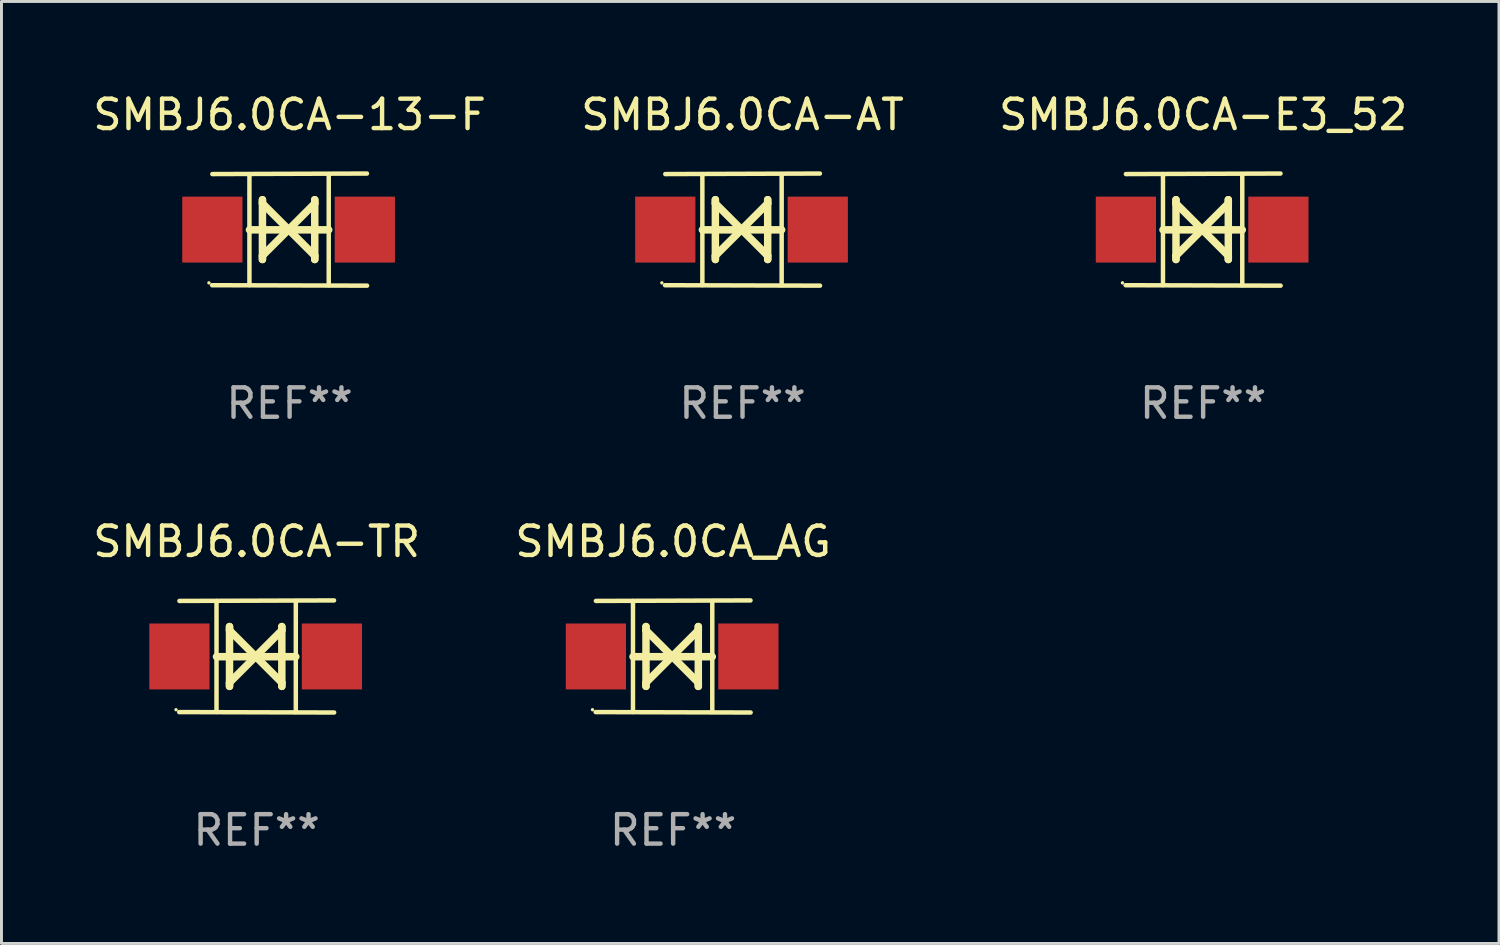
<source format=kicad_pcb>
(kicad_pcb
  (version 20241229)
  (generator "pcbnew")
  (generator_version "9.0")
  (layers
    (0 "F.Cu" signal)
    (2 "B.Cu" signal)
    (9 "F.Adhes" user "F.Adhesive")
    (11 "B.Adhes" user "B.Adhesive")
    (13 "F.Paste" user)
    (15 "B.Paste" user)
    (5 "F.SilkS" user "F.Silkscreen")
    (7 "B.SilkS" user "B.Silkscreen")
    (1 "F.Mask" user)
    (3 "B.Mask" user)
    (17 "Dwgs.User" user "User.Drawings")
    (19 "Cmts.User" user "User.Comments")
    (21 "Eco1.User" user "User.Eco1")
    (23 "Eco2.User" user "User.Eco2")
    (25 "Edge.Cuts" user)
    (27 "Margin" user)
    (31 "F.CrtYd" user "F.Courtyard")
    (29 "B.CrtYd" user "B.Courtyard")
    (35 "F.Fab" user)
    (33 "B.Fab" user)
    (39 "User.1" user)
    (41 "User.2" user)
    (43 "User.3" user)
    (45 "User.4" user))
  (footprint "SMBJ6.0CA_AG"
    (layer "F.Cu")
    (at 19.827 19.26)
    (property "Reference" "SMBJ6.0CA_AG" (at 0 -3.905 0) (layer "F.SilkS") (effects (font (size 1 1) (thickness 0.15))))
    (attr through_hole)
    (fp_line (start -1.365 1.886) (end -1.365 -1.886) (stroke (width 0.152) (type solid)) (layer "F.SilkS"))
    (fp_line (start -1.365 0.008) (end 1.33 0.008) (stroke (width 0.254) (type solid)) (layer "F.SilkS"))
    (fp_line (start -0.923 -1.016) (end -0.923 1.016) (stroke (width 0.254) (type solid)) (layer "F.SilkS"))
    (fp_line (start -0.923 -0.889) (end -0.923 -1.016) (stroke (width 0.254) (type solid)) (layer "F.SilkS"))
    (fp_line (start -0.923 0.889) (end -0.034 0) (stroke (width 0.254) (type solid)) (layer "F.SilkS"))
    (fp_line (start -0.923 1.016) (end -0.923 0.889) (stroke (width 0.254) (type solid)) (layer "F.SilkS"))
    (fp_line (start -0.034 0) (end -0.923 -0.889) (stroke (width 0.254) (type solid)) (layer "F.SilkS"))
    (fp_line (start -0.034 0) (end 0.855 0.889) (stroke (width 0.254) (type solid)) (layer "F.SilkS"))
    (fp_line (start 0.855 -1.016) (end 0.855 -0.889) (stroke (width 0.254) (type solid)) (layer "F.SilkS"))
    (fp_line (start 0.855 -0.889) (end -0.034 0) (stroke (width 0.254) (type solid)) (layer "F.SilkS"))
    (fp_line (start 0.855 0.889) (end 0.855 1.016) (stroke (width 0.254) (type solid)) (layer "F.SilkS"))
    (fp_line (start 0.855 1.016) (end 0.855 -1.016) (stroke (width 0.254) (type solid)) (layer "F.SilkS"))
    (fp_line (start 1.33 1.886) (end 1.33 -1.886) (stroke (width 0.152) (type solid)) (layer "F.SilkS"))
    (fp_line (start 2.629 -1.905) (end -2.625 -1.887) (stroke (width 0.152) (type solid)) (layer "F.SilkS"))
    (fp_line (start 2.633 1.905) (end -2.633 1.89) (stroke (width 0.152) (type solid)) (layer "F.SilkS"))
    (fp_circle (center -2.741 1.81) (end -2.711 1.81) (stroke (width 0.06) (type solid)) (fill no) (layer "F.SilkS"))
    (fp_text user "REF**" (at 0 5.905 0) (layer "F.Fab") (effects (font (size 1 1) (thickness 0.15))))
    (pad "1" smd rect (at -2.625 0) (size 2.047 2.241) (layers "F.Cu" "F.Mask" "F.Paste"))
    (pad "2" smd rect (at 2.557 0) (size 2.047 2.241) (layers "F.Cu" "F.Mask" "F.Paste")))
  (footprint "SMBJ6.0CA-13-F"
    (layer "F.Cu")
    (at 6.792 4.753)
    (property "Reference" "SMBJ6.0CA-13-F" (at 0 -3.905 0) (layer "F.SilkS") (effects (font (size 1 1) (thickness 0.15))))
    (attr through_hole)
    (fp_line (start -1.365 1.886) (end -1.365 -1.886) (stroke (width 0.152) (type solid)) (layer "F.SilkS"))
    (fp_line (start -1.365 0.008) (end 1.33 0.008) (stroke (width 0.254) (type solid)) (layer "F.SilkS"))
    (fp_line (start -0.923 -1.016) (end -0.923 1.016) (stroke (width 0.254) (type solid)) (layer "F.SilkS"))
    (fp_line (start -0.923 -0.889) (end -0.923 -1.016) (stroke (width 0.254) (type solid)) (layer "F.SilkS"))
    (fp_line (start -0.923 0.889) (end -0.034 0) (stroke (width 0.254) (type solid)) (layer "F.SilkS"))
    (fp_line (start -0.923 1.016) (end -0.923 0.889) (stroke (width 0.254) (type solid)) (layer "F.SilkS"))
    (fp_line (start -0.034 0) (end -0.923 -0.889) (stroke (width 0.254) (type solid)) (layer "F.SilkS"))
    (fp_line (start -0.034 0) (end 0.855 0.889) (stroke (width 0.254) (type solid)) (layer "F.SilkS"))
    (fp_line (start 0.855 -1.016) (end 0.855 -0.889) (stroke (width 0.254) (type solid)) (layer "F.SilkS"))
    (fp_line (start 0.855 -0.889) (end -0.034 0) (stroke (width 0.254) (type solid)) (layer "F.SilkS"))
    (fp_line (start 0.855 0.889) (end 0.855 1.016) (stroke (width 0.254) (type solid)) (layer "F.SilkS"))
    (fp_line (start 0.855 1.016) (end 0.855 -1.016) (stroke (width 0.254) (type solid)) (layer "F.SilkS"))
    (fp_line (start 1.33 1.886) (end 1.33 -1.886) (stroke (width 0.152) (type solid)) (layer "F.SilkS"))
    (fp_line (start 2.629 -1.905) (end -2.625 -1.887) (stroke (width 0.152) (type solid)) (layer "F.SilkS"))
    (fp_line (start 2.633 1.905) (end -2.633 1.89) (stroke (width 0.152) (type solid)) (layer "F.SilkS"))
    (fp_circle (center -2.741 1.81) (end -2.711 1.81) (stroke (width 0.06) (type solid)) (fill no) (layer "F.SilkS"))
    (fp_text user "REF**" (at 0 5.905 0) (layer "F.Fab") (effects (font (size 1 1) (thickness 0.15))))
    (pad "1" smd rect (at -2.625 0) (size 2.047 2.241) (layers "F.Cu" "F.Mask" "F.Paste"))
    (pad "2" smd rect (at 2.557 0) (size 2.047 2.241) (layers "F.Cu" "F.Mask" "F.Paste")))
  (footprint "SMBJ6.0CA-AT"
    (layer "F.Cu")
    (at 22.185 4.753)
    (property "Reference" "SMBJ6.0CA-AT" (at 0 -3.905 0) (layer "F.SilkS") (effects (font (size 1 1) (thickness 0.15))))
    (attr through_hole)
    (fp_line (start -1.365 1.886) (end -1.365 -1.886) (stroke (width 0.152) (type solid)) (layer "F.SilkS"))
    (fp_line (start -1.365 0.008) (end 1.33 0.008) (stroke (width 0.254) (type solid)) (layer "F.SilkS"))
    (fp_line (start -0.923 -1.016) (end -0.923 1.016) (stroke (width 0.254) (type solid)) (layer "F.SilkS"))
    (fp_line (start -0.923 -0.889) (end -0.923 -1.016) (stroke (width 0.254) (type solid)) (layer "F.SilkS"))
    (fp_line (start -0.923 0.889) (end -0.034 0) (stroke (width 0.254) (type solid)) (layer "F.SilkS"))
    (fp_line (start -0.923 1.016) (end -0.923 0.889) (stroke (width 0.254) (type solid)) (layer "F.SilkS"))
    (fp_line (start -0.034 0) (end -0.923 -0.889) (stroke (width 0.254) (type solid)) (layer "F.SilkS"))
    (fp_line (start -0.034 0) (end 0.855 0.889) (stroke (width 0.254) (type solid)) (layer "F.SilkS"))
    (fp_line (start 0.855 -1.016) (end 0.855 -0.889) (stroke (width 0.254) (type solid)) (layer "F.SilkS"))
    (fp_line (start 0.855 -0.889) (end -0.034 0) (stroke (width 0.254) (type solid)) (layer "F.SilkS"))
    (fp_line (start 0.855 0.889) (end 0.855 1.016) (stroke (width 0.254) (type solid)) (layer "F.SilkS"))
    (fp_line (start 0.855 1.016) (end 0.855 -1.016) (stroke (width 0.254) (type solid)) (layer "F.SilkS"))
    (fp_line (start 1.33 1.886) (end 1.33 -1.886) (stroke (width 0.152) (type solid)) (layer "F.SilkS"))
    (fp_line (start 2.629 -1.905) (end -2.625 -1.887) (stroke (width 0.152) (type solid)) (layer "F.SilkS"))
    (fp_line (start 2.633 1.905) (end -2.633 1.89) (stroke (width 0.152) (type solid)) (layer "F.SilkS"))
    (fp_circle (center -2.741 1.81) (end -2.711 1.81) (stroke (width 0.06) (type solid)) (fill no) (layer "F.SilkS"))
    (fp_text user "REF**" (at 0 5.905 0) (layer "F.Fab") (effects (font (size 1 1) (thickness 0.15))))
    (pad "1" smd rect (at -2.625 0) (size 2.047 2.241) (layers "F.Cu" "F.Mask" "F.Paste"))
    (pad "2" smd rect (at 2.557 0) (size 2.047 2.241) (layers "F.Cu" "F.Mask" "F.Paste")))
  (footprint "SMBJ6.0CA-TR"
    (layer "F.Cu")
    (at 5.673 19.26)
    (property "Reference" "SMBJ6.0CA-TR" (at 0 -3.905 0) (layer "F.SilkS") (effects (font (size 1 1) (thickness 0.15))))
    (attr through_hole)
    (fp_line (start -1.365 1.886) (end -1.365 -1.886) (stroke (width 0.152) (type solid)) (layer "F.SilkS"))
    (fp_line (start -1.365 0.008) (end 1.33 0.008) (stroke (width 0.254) (type solid)) (layer "F.SilkS"))
    (fp_line (start -0.923 -1.016) (end -0.923 1.016) (stroke (width 0.254) (type solid)) (layer "F.SilkS"))
    (fp_line (start -0.923 -0.889) (end -0.923 -1.016) (stroke (width 0.254) (type solid)) (layer "F.SilkS"))
    (fp_line (start -0.923 0.889) (end -0.034 0) (stroke (width 0.254) (type solid)) (layer "F.SilkS"))
    (fp_line (start -0.923 1.016) (end -0.923 0.889) (stroke (width 0.254) (type solid)) (layer "F.SilkS"))
    (fp_line (start -0.034 0) (end -0.923 -0.889) (stroke (width 0.254) (type solid)) (layer "F.SilkS"))
    (fp_line (start -0.034 0) (end 0.855 0.889) (stroke (width 0.254) (type solid)) (layer "F.SilkS"))
    (fp_line (start 0.855 -1.016) (end 0.855 -0.889) (stroke (width 0.254) (type solid)) (layer "F.SilkS"))
    (fp_line (start 0.855 -0.889) (end -0.034 0) (stroke (width 0.254) (type solid)) (layer "F.SilkS"))
    (fp_line (start 0.855 0.889) (end 0.855 1.016) (stroke (width 0.254) (type solid)) (layer "F.SilkS"))
    (fp_line (start 0.855 1.016) (end 0.855 -1.016) (stroke (width 0.254) (type solid)) (layer "F.SilkS"))
    (fp_line (start 1.33 1.886) (end 1.33 -1.886) (stroke (width 0.152) (type solid)) (layer "F.SilkS"))
    (fp_line (start 2.629 -1.905) (end -2.625 -1.887) (stroke (width 0.152) (type solid)) (layer "F.SilkS"))
    (fp_line (start 2.633 1.905) (end -2.633 1.89) (stroke (width 0.152) (type solid)) (layer "F.SilkS"))
    (fp_circle (center -2.741 1.81) (end -2.711 1.81) (stroke (width 0.06) (type solid)) (fill no) (layer "F.SilkS"))
    (fp_text user "REF**" (at 0 5.905 0) (layer "F.Fab") (effects (font (size 1 1) (thickness 0.15))))
    (pad "1" smd rect (at -2.625 0) (size 2.047 2.241) (layers "F.Cu" "F.Mask" "F.Paste"))
    (pad "2" smd rect (at 2.557 0) (size 2.047 2.241) (layers "F.Cu" "F.Mask" "F.Paste")))
  (footprint "SMBJ6.0CA-E3_52"
    (layer "F.Cu")
    (at 37.839 4.753)
    (property "Reference" "SMBJ6.0CA-E3_52" (at 0 -3.905 0) (layer "F.SilkS") (effects (font (size 1 1) (thickness 0.15))))
    (attr through_hole)
    (fp_line (start -1.365 1.886) (end -1.365 -1.886) (stroke (width 0.152) (type solid)) (layer "F.SilkS"))
    (fp_line (start -1.365 0.008) (end 1.33 0.008) (stroke (width 0.254) (type solid)) (layer "F.SilkS"))
    (fp_line (start -0.923 -1.016) (end -0.923 1.016) (stroke (width 0.254) (type solid)) (layer "F.SilkS"))
    (fp_line (start -0.923 -0.889) (end -0.923 -1.016) (stroke (width 0.254) (type solid)) (layer "F.SilkS"))
    (fp_line (start -0.923 0.889) (end -0.034 0) (stroke (width 0.254) (type solid)) (layer "F.SilkS"))
    (fp_line (start -0.923 1.016) (end -0.923 0.889) (stroke (width 0.254) (type solid)) (layer "F.SilkS"))
    (fp_line (start -0.034 0) (end -0.923 -0.889) (stroke (width 0.254) (type solid)) (layer "F.SilkS"))
    (fp_line (start -0.034 0) (end 0.855 0.889) (stroke (width 0.254) (type solid)) (layer "F.SilkS"))
    (fp_line (start 0.855 -1.016) (end 0.855 -0.889) (stroke (width 0.254) (type solid)) (layer "F.SilkS"))
    (fp_line (start 0.855 -0.889) (end -0.034 0) (stroke (width 0.254) (type solid)) (layer "F.SilkS"))
    (fp_line (start 0.855 0.889) (end 0.855 1.016) (stroke (width 0.254) (type solid)) (layer "F.SilkS"))
    (fp_line (start 0.855 1.016) (end 0.855 -1.016) (stroke (width 0.254) (type solid)) (layer "F.SilkS"))
    (fp_line (start 1.33 1.886) (end 1.33 -1.886) (stroke (width 0.152) (type solid)) (layer "F.SilkS"))
    (fp_line (start 2.629 -1.905) (end -2.625 -1.887) (stroke (width 0.152) (type solid)) (layer "F.SilkS"))
    (fp_line (start 2.633 1.905) (end -2.633 1.89) (stroke (width 0.152) (type solid)) (layer "F.SilkS"))
    (fp_circle (center -2.741 1.81) (end -2.711 1.81) (stroke (width 0.06) (type solid)) (fill no) (layer "F.SilkS"))
    (fp_text user "REF**" (at 0 5.905 0) (layer "F.Fab") (effects (font (size 1 1) (thickness 0.15))))
    (pad "1" smd rect (at -2.625 0) (size 2.047 2.241) (layers "F.Cu" "F.Mask" "F.Paste"))
    (pad "2" smd rect (at 2.557 0) (size 2.047 2.241) (layers "F.Cu" "F.Mask" "F.Paste")))
  (gr_rect
    (start -3 -3)
    (end 47.893 29.013)
    (stroke (width 0.1) (type default))
    (fill no)
    (layer "Edge.Cuts")))
</source>
